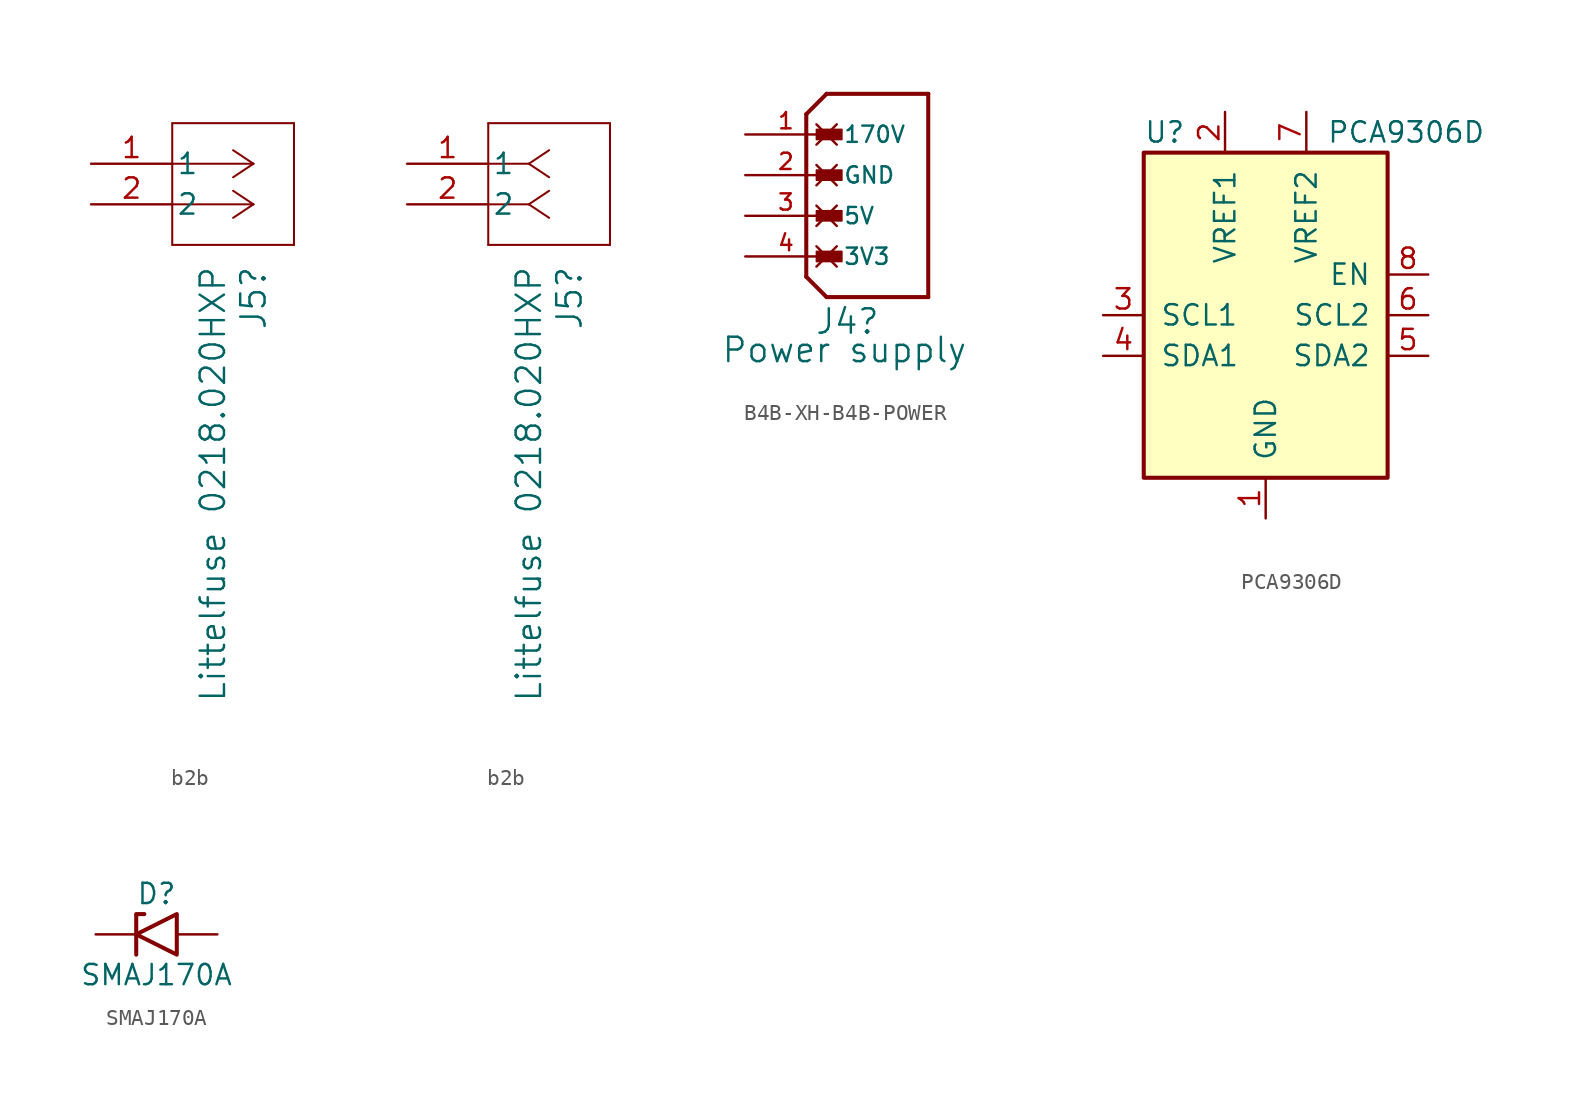
<source format=kicad_sym>
(kicad_symbol_lib
  (version 20241209)
  (generator "kicad_symbol_editor")
  (generator_version "9.0")
  (symbol "b2b"
    (pin_names
      (offset 0.254))
    (property "Reference" "J5"
      (at 10.16 -6.35 90)
      (effects (font (size 1.524 1.524)) (justify right)))
    (property "Value" "Littelfuse 0218.020HXP"
      (at 7.62 -6.35 90)
      (effects (font (size 1.524 1.524)) (justify right)))
    (symbol "b2b_1_1"
      (polyline (pts (xy 5.08 2.54) (xy 5.08 -5.08)) (stroke (width 0.127) (type default)) (fill (type none)))
      (polyline (pts (xy 5.08 -5.08) (xy 12.7 -5.08)) (stroke (width 0.127) (type default)) (fill (type none)))
      (polyline (pts (xy 10.16 0) (xy 5.08 0)) (stroke (width 0.127) (type default)) (fill (type none)))
      (polyline (pts (xy 10.16 0) (xy 8.89 0.847)) (stroke (width 0.127) (type default)) (fill (type none)))
      (polyline (pts (xy 10.16 0) (xy 8.89 -0.847)) (stroke (width 0.127) (type default)) (fill (type none)))
      (polyline (pts (xy 10.16 -2.54) (xy 5.08 -2.54)) (stroke (width 0.127) (type default)) (fill (type none)))
      (polyline (pts (xy 10.16 -2.54) (xy 8.89 -1.693)) (stroke (width 0.127) (type default)) (fill (type none)))
      (polyline (pts (xy 10.16 -2.54) (xy 8.89 -3.387)) (stroke (width 0.127) (type default)) (fill (type none)))
      (polyline (pts (xy 12.7 2.54) (xy 5.08 2.54)) (stroke (width 0.127) (type default)) (fill (type none)))
      (polyline (pts (xy 12.7 -5.08) (xy 12.7 2.54)) (stroke (width 0.127) (type default)) (fill (type none)))
      (pin passive line (at 0 0 0) (length 5.08) (name "1" (effects (font (size 1.27 1.27)))) (number "1" (effects (font (size 1.27 1.27)))))
      (pin passive line (at 0 -2.54 0) (length 5.08) (name "2" (effects (font (size 1.27 1.27)))) (number "2" (effects (font (size 1.27 1.27))))))
    (symbol "b2b_1_2"
      (polyline (pts (xy 5.08 2.54) (xy 5.08 -5.08)) (stroke (width 0.127) (type default)) (fill (type none)))
      (polyline (pts (xy 5.08 -5.08) (xy 12.7 -5.08)) (stroke (width 0.127) (type default)) (fill (type none)))
      (polyline (pts (xy 7.62 0) (xy 5.08 0)) (stroke (width 0.127) (type default)) (fill (type none)))
      (polyline (pts (xy 7.62 0) (xy 8.89 0.847)) (stroke (width 0.127) (type default)) (fill (type none)))
      (polyline (pts (xy 7.62 0) (xy 8.89 -0.847)) (stroke (width 0.127) (type default)) (fill (type none)))
      (polyline (pts (xy 7.62 -2.54) (xy 5.08 -2.54)) (stroke (width 0.127) (type default)) (fill (type none)))
      (polyline (pts (xy 7.62 -2.54) (xy 8.89 -1.693)) (stroke (width 0.127) (type default)) (fill (type none)))
      (polyline (pts (xy 7.62 -2.54) (xy 8.89 -3.387)) (stroke (width 0.127) (type default)) (fill (type none)))
      (polyline (pts (xy 12.7 2.54) (xy 5.08 2.54)) (stroke (width 0.127) (type default)) (fill (type none)))
      (polyline (pts (xy 12.7 -5.08) (xy 12.7 2.54)) (stroke (width 0.127) (type default)) (fill (type none)))
      (pin unspecified line (at 0 0 0) (length 5.08) (name "1" (effects (font (size 1.27 1.27)))) (number "1" (effects (font (size 1.27 1.27)))))
      (pin unspecified line (at 0 -2.54 0) (length 5.08) (name "2" (effects (font (size 1.27 1.27)))) (number "2" (effects (font (size 1.27 1.27)))))))
  (symbol "B4B-XH-B4B-POWER"
    (pin_names
      (offset 1.016))
    (property "Reference" "J4"
      (at -3.302 -9.144 0)
      (effects (font (size 1.524 1.524)) (justify left)))
    (property "Value" "Power supply"
      (at -9.144 -10.922 0)
      (effects (font (size 1.524 1.524)) (justify left)))
    (symbol "B4B-XH-B4B-POWER_0_0"
      (polyline (pts (xy -3.81 3.81) (xy -3.81 -6.35)) (stroke (width 0.254) (type default)) (fill (type none)))
      (polyline (pts (xy -3.81 3.81) (xy -2.54 5.08)) (stroke (width 0.254) (type default)) (fill (type none)))
      (polyline (pts (xy -3.81 -6.35) (xy -2.54 -7.62)) (stroke (width 0.254) (type default)) (fill (type none)))
      (rectangle (start -3.175 2.223) (end -1.587 2.857) (stroke (width 0.1) (type default)) (fill (type outline)))
      (rectangle (start -3.175 -0.318) (end -1.587 0.318) (stroke (width 0.1) (type default)) (fill (type outline)))
      (rectangle (start -3.175 -2.857) (end -1.587 -2.223) (stroke (width 0.1) (type default)) (fill (type outline)))
      (rectangle (start -3.175 -5.397) (end -1.587 -4.763) (stroke (width 0.1) (type default)) (fill (type outline)))
      (polyline (pts (xy -2.54 -7.62) (xy 3.81 -7.62)) (stroke (width 0.254) (type default)) (fill (type none)))
      (polyline (pts (xy 3.81 5.08) (xy -2.54 5.08)) (stroke (width 0.254) (type default)) (fill (type none)))
      (polyline (pts (xy 3.81 -7.62) (xy 3.81 5.08)) (stroke (width 0.254) (type default)) (fill (type none))))
    (symbol "B4B-XH-B4B-POWER_1_0"
      (pin power_out non_logic (at -7.62 2.54 0) (length 5.08) (name "170V" (effects (font (size 1.016 1.016)))) (number "1" (effects (font (size 1.016 1.016)))))
      (pin power_out non_logic (at -7.62 0 0) (length 5.08) (name "GND" (effects (font (size 1.016 1.016)))) (number "2" (effects (font (size 1.016 1.016)))))
      (pin power_out non_logic (at -7.62 -2.54 0) (length 5.08) (name "5V" (effects (font (size 1.016 1.016)))) (number "3" (effects (font (size 1.016 1.016)))))
      (pin power_out non_logic (at -7.62 -5.08 0) (length 5.08) (name "3V3" (effects (font (size 1.016 1.016)))) (number "4" (effects (font (size 1.016 1.016)))))))
  (symbol "PCA9306D"
    (pin_names
      (offset 1.016))
    (property "Reference" "U"
      (at -7.62 11.43 0)
      (effects (font (size 1.27 1.27)) (justify left)))
    (property "Value" "PCA9306D"
      (at 3.81 11.43 0)
      (effects (font (size 1.27 1.27)) (justify left)))
    (symbol "PCA9306D_0_1"
      (rectangle (start -7.62 10.16) (end 7.62 -10.16) (stroke (width 0.254) (type default)) (fill (type background))))
    (symbol "PCA9306D_1_1"
      (pin bidirectional line (at -10.16 0 0) (length 2.54) (name "SCL1" (effects (font (size 1.27 1.27)))) (number "3" (effects (font (size 1.27 1.27)))))
      (pin bidirectional line (at -10.16 -2.54 0) (length 2.54) (name "SDA1" (effects (font (size 1.27 1.27)))) (number "4" (effects (font (size 1.27 1.27)))))
      (pin power_in line (at -2.54 12.7 270) (length 2.54) (name "VREF1" (effects (font (size 1.27 1.27)))) (number "2" (effects (font (size 1.27 1.27)))))
      (pin power_in line (at 0 -12.7 90) (length 2.54) (name "GND" (effects (font (size 1.27 1.27)))) (number "1" (effects (font (size 1.27 1.27)))))
      (pin power_in line (at 2.54 12.7 270) (length 2.54) (name "VREF2" (effects (font (size 1.27 1.27)))) (number "7" (effects (font (size 1.27 1.27)))))
      (pin input line (at 10.16 2.54 180) (length 2.54) (name "EN" (effects (font (size 1.27 1.27)))) (number "8" (effects (font (size 1.27 1.27)))))
      (pin bidirectional line (at 10.16 0 180) (length 2.54) (name "SCL2" (effects (font (size 1.27 1.27)))) (number "6" (effects (font (size 1.27 1.27)))))
      (pin bidirectional line (at 10.16 -2.54 180) (length 2.54) (name "SDA2" (effects (font (size 1.27 1.27)))) (number "5" (effects (font (size 1.27 1.27)))))))
  (symbol "SMAJ170A"
    (pin_numbers
      (hide yes))
    (pin_names
      (offset 1.016)
      (hide yes))
    (property "Reference" "D"
      (at 0 2.54 0)
      (effects (font (size 1.27 1.27))))
    (property "Value" "SMAJ170A"
      (at 0 -2.54 0)
      (effects (font (size 1.27 1.27))))
    (symbol "SMAJ170A_0_1"
      (polyline (pts (xy -0.762 1.27) (xy -1.27 1.27) (xy -1.27 -1.27)) (stroke (width 0.254) (type default)) (fill (type none)))
      (polyline (pts (xy 1.27 1.27) (xy 1.27 -1.27) (xy -1.27 0) (xy 1.27 1.27)) (stroke (width 0.254) (type default)) (fill (type none))))
    (symbol "SMAJ170A_1_1"
      (pin passive line (at -3.81 0 0) (length 2.54) (name "A1" (effects (font (size 1.27 1.27)))) (number "1" (effects (font (size 1.27 1.27)))))
      (pin passive line (at 3.81 0 180) (length 2.54) (name "A2" (effects (font (size 1.27 1.27)))) (number "2" (effects (font (size 1.27 1.27))))))))
</source>
